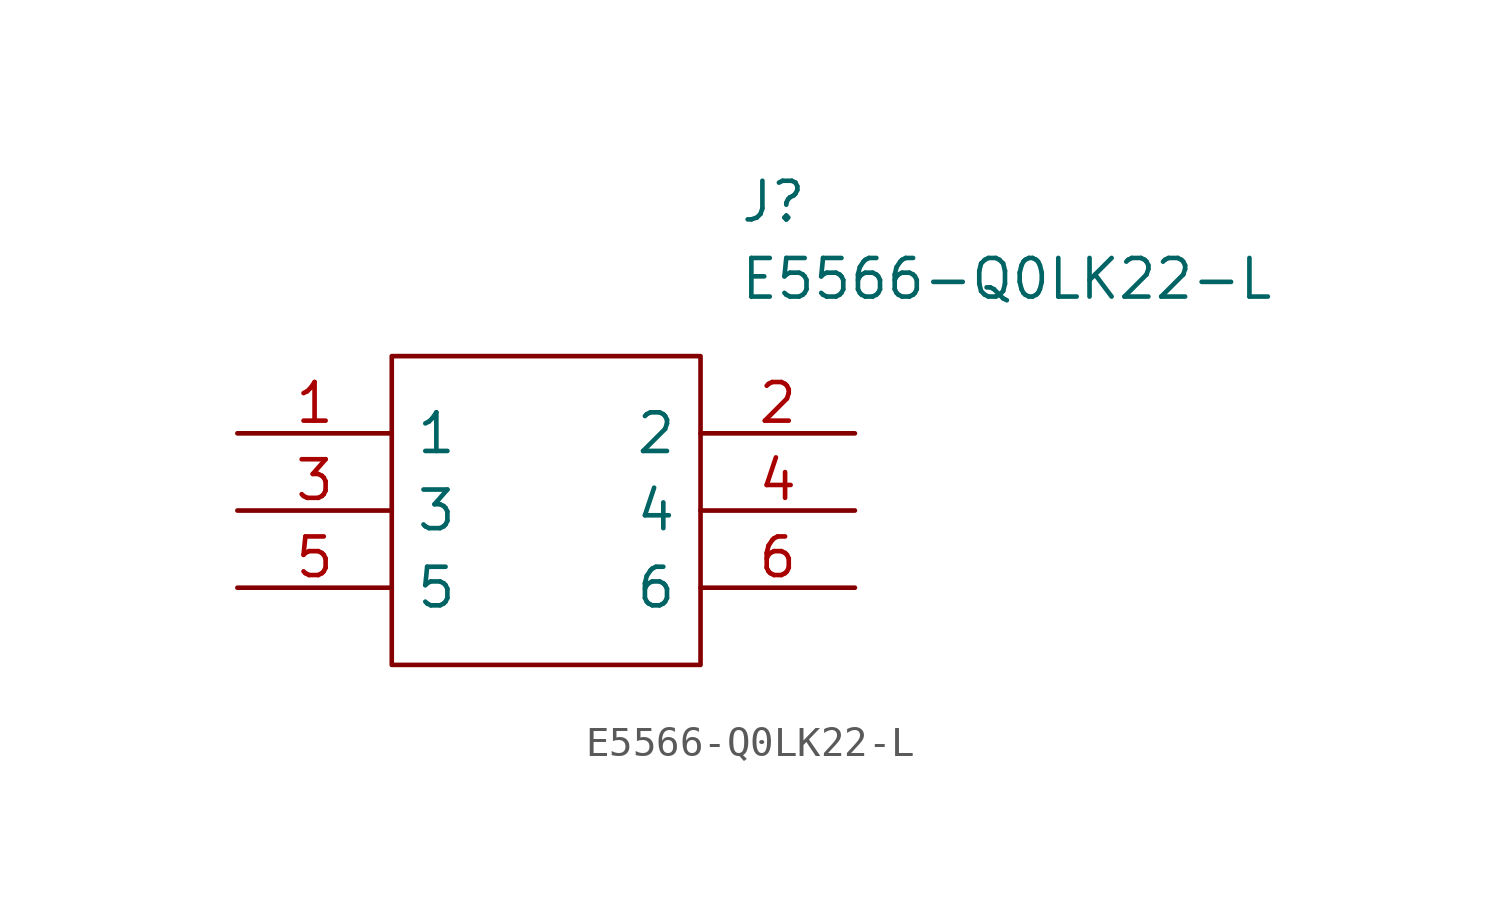
<source format=kicad_sym>
(kicad_symbol_lib
  (version 20220914)
  (generator kicad_symbol_editor)
  (symbol "E5566-Q0LK22-L"
    (pin_names
      (offset 0.762))
    (property "Reference" "J"
      (at 16.51 7.62 0)
      (effects (font (size 1.27 1.27)) (justify left)))
    (property "Value" "E5566-Q0LK22-L"
      (at 16.51 5.08 0)
      (effects (font (size 1.27 1.27)) (justify left)))
    (symbol "E5566-Q0LK22-L_0_0"
      (pin unspecified line (at 0 0 0) (length 5.08) (name "1" (effects (font (size 1.27 1.27)))) (number "1" (effects (font (size 1.27 1.27)))))
      (pin unspecified line (at 20.32 0 180) (length 5.08) (name "2" (effects (font (size 1.27 1.27)))) (number "2" (effects (font (size 1.27 1.27)))))
      (pin unspecified line (at 0 -2.54 0) (length 5.08) (name "3" (effects (font (size 1.27 1.27)))) (number "3" (effects (font (size 1.27 1.27)))))
      (pin unspecified line (at 20.32 -2.54 180) (length 5.08) (name "4" (effects (font (size 1.27 1.27)))) (number "4" (effects (font (size 1.27 1.27)))))
      (pin unspecified line (at 0 -5.08 0) (length 5.08) (name "5" (effects (font (size 1.27 1.27)))) (number "5" (effects (font (size 1.27 1.27)))))
      (pin unspecified line (at 20.32 -5.08 180) (length 5.08) (name "6" (effects (font (size 1.27 1.27)))) (number "6" (effects (font (size 1.27 1.27))))))
    (symbol "E5566-Q0LK22-L_0_1"
      (polyline (pts (xy 5.08 2.54) (xy 15.24 2.54) (xy 15.24 -7.62) (xy 5.08 -7.62) (xy 5.08 2.54)) (stroke (width 0.152) (type solid)) (fill (type none))))))
</source>
